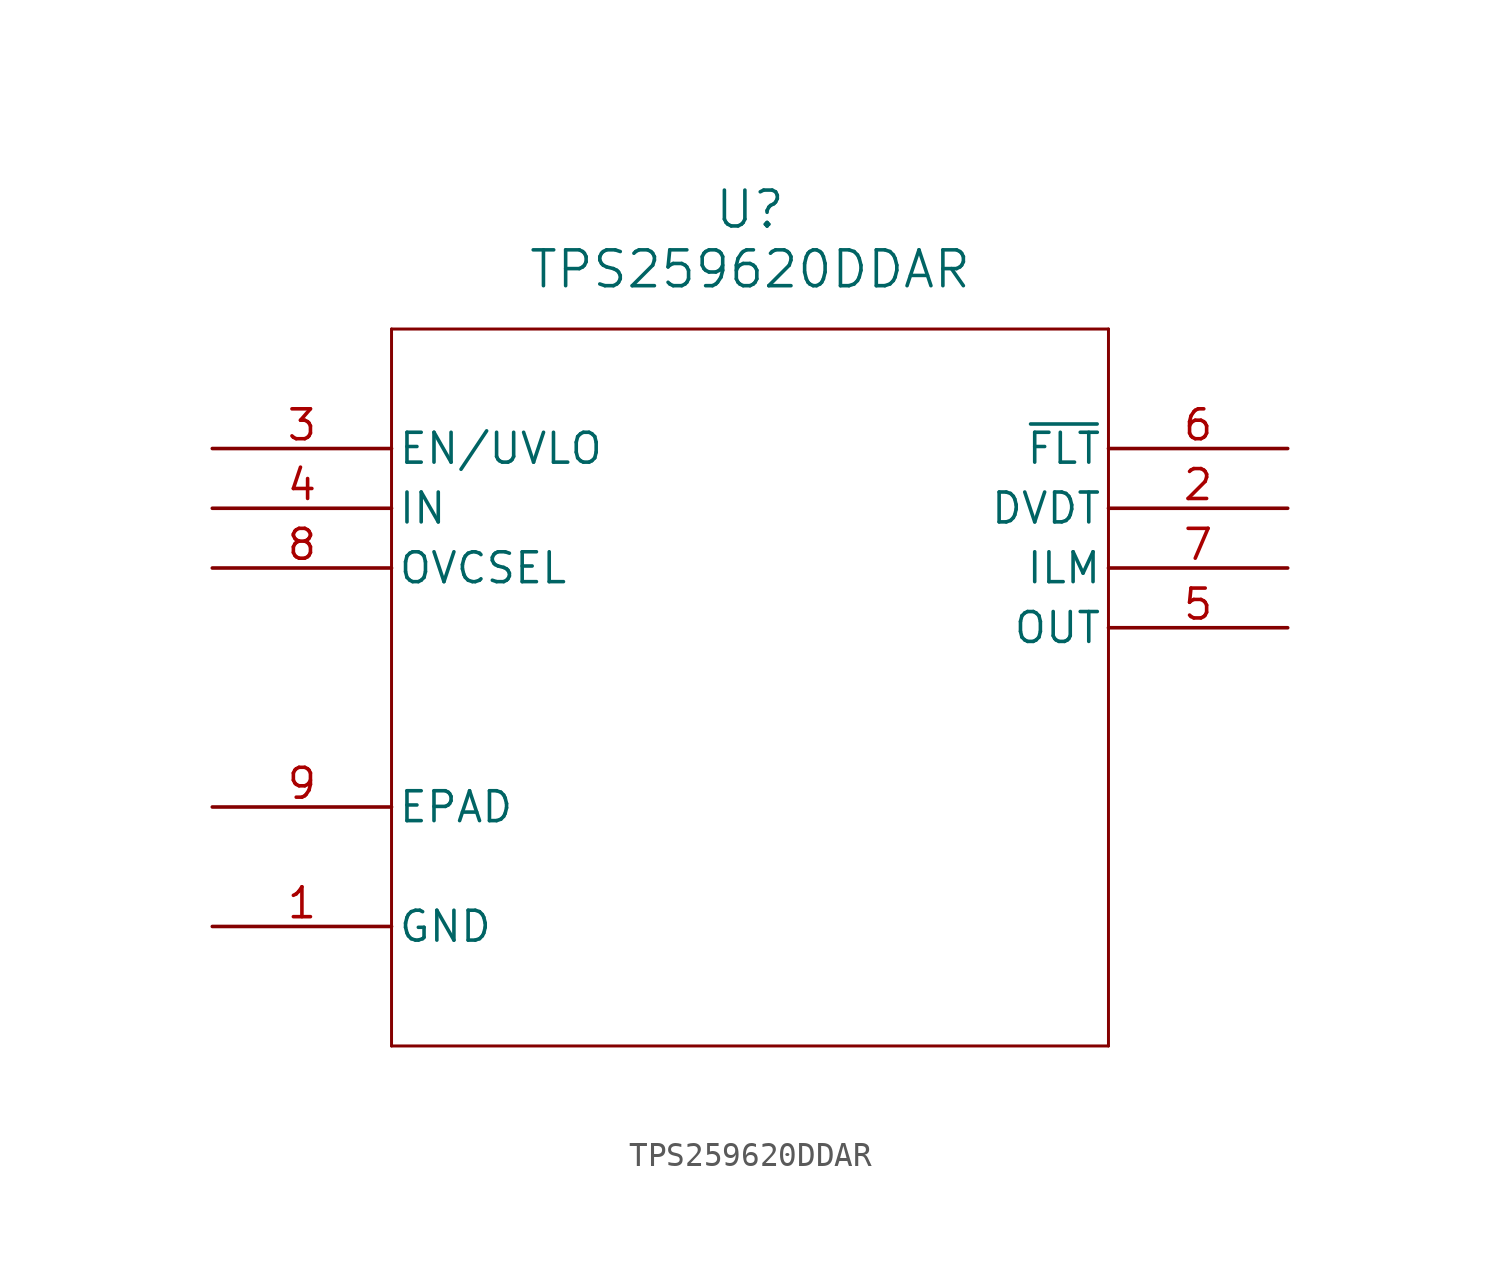
<source format=kicad_sym>
(kicad_symbol_lib
  (version 20231120)
  (generator "kicad_symbol_editor")
  (generator_version "8.0")
  (symbol "TPS259620DDAR"
    (pin_names
      (offset 0.254))
    (property "Reference" "U"
      (at 22.86 10.16 0)
      (effects (font (size 1.524 1.524))))
    (property "Value" "TPS259620DDAR"
      (at 22.86 7.62 0)
      (effects (font (size 1.524 1.524))))
    (property "ki_locked" ""
      (at 0 0 0)
      (effects (font (size 1.27 1.27))))
    (symbol "TPS259620DDAR_0_1"
      (polyline (pts (xy 7.62 -25.4) (xy 38.1 -25.4)) (stroke (width 0.127) (type default)) (fill (type none)))
      (polyline (pts (xy 7.62 5.08) (xy 7.62 -25.4)) (stroke (width 0.127) (type default)) (fill (type none)))
      (polyline (pts (xy 38.1 -25.4) (xy 38.1 5.08)) (stroke (width 0.127) (type default)) (fill (type none)))
      (polyline (pts (xy 38.1 5.08) (xy 7.62 5.08)) (stroke (width 0.127) (type default)) (fill (type none)))
      (pin power_in line (at 0 -20.32 0) (length 7.62) (name "GND" (effects (font (size 1.27 1.27)))) (number "1" (effects (font (size 1.27 1.27)))))
      (pin output line (at 45.72 -2.54 180) (length 7.62) (name "DVDT" (effects (font (size 1.27 1.27)))) (number "2" (effects (font (size 1.27 1.27)))))
      (pin input line (at 0 0 0) (length 7.62) (name "EN/UVLO" (effects (font (size 1.27 1.27)))) (number "3" (effects (font (size 1.27 1.27)))))
      (pin power_in line (at 0 -2.54 0) (length 7.62) (name "IN" (effects (font (size 1.27 1.27)))) (number "4" (effects (font (size 1.27 1.27)))))
      (pin power_in line (at 45.72 -7.62 180) (length 7.62) (name "OUT" (effects (font (size 1.27 1.27)))) (number "5" (effects (font (size 1.27 1.27)))))
      (pin output line (at 45.72 -5.08 180) (length 7.62) (name "ILM" (effects (font (size 1.27 1.27)))) (number "7" (effects (font (size 1.27 1.27)))))
      (pin input line (at 0 -5.08 0) (length 7.62) (name "OVCSEL" (effects (font (size 1.27 1.27)))) (number "8" (effects (font (size 1.27 1.27)))))
      (pin power_in line (at 0 -15.24 0) (length 7.62) (name "EPAD" (effects (font (size 1.27 1.27)))) (number "9" (effects (font (size 1.27 1.27))))))
    (symbol "TPS259620DDAR_1_1"
      (pin output line (at 45.72 0 180) (length 7.62) (name "~{FLT}" (effects (font (size 1.27 1.27)))) (number "6" (effects (font (size 1.27 1.27))))))))
</source>
